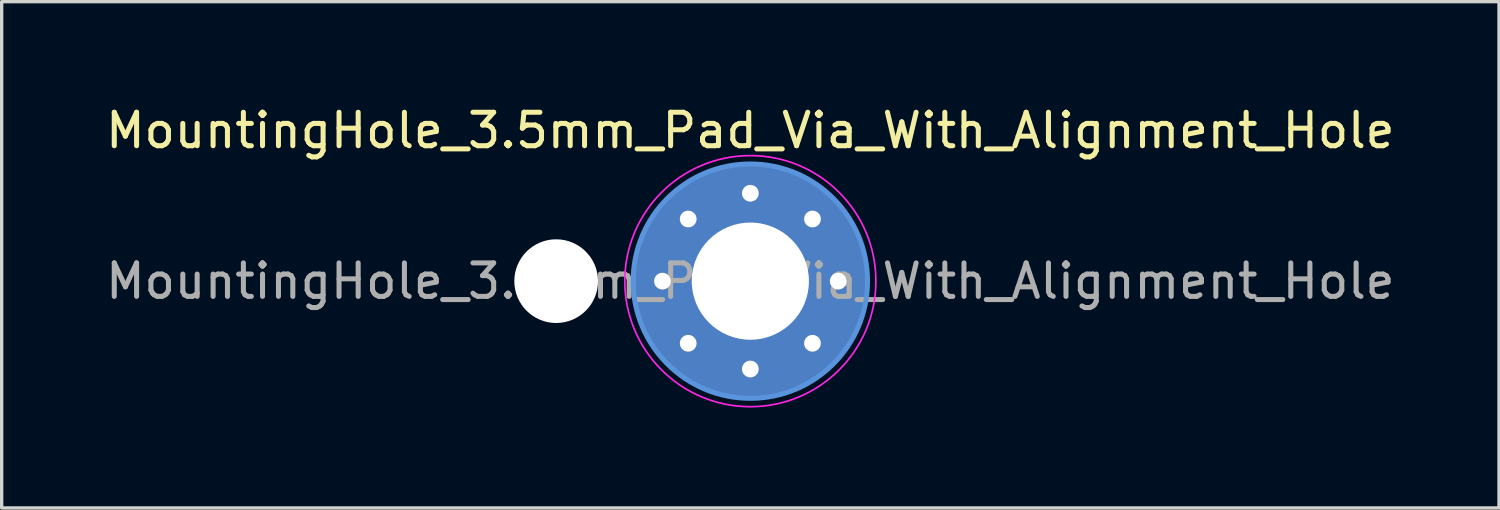
<source format=kicad_pcb>
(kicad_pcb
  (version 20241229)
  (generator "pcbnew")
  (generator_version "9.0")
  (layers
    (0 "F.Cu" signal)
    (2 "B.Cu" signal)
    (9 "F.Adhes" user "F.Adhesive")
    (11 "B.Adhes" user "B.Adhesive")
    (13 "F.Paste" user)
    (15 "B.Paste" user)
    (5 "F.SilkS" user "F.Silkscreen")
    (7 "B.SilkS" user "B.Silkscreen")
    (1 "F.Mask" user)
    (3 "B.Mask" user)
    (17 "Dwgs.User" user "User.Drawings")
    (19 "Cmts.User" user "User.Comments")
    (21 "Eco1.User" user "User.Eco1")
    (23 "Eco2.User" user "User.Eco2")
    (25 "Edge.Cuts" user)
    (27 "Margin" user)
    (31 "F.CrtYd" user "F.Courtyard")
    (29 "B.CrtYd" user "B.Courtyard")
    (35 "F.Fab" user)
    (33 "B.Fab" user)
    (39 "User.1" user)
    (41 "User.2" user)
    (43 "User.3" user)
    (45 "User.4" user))
  (footprint "MountingHole_3.5mm_Pad_Via_With_Alignment_Hole"
    (layer "F.Cu")
    (at 19.363 5.348)
    (property "Reference" "MountingHole_3.5mm_Pad_Via_With_Alignment_Hole" (at 0 -4.5 0) (layer "F.SilkS") (effects (font (size 1 1) (thickness 0.15))))
    (attr exclude_from_pos_files exclude_from_bom)
    (fp_circle (center 0 0) (end 3.5 0) (stroke (width 0.15) (type solid)) (fill no) (layer "Cmts.User"))
    (fp_circle (center 0 0) (end 3.75 0) (stroke (width 0.05) (type solid)) (fill no) (layer "F.CrtYd"))
    (fp_text user "${REFERENCE}" (at 0 0 0) (layer "F.Fab") (effects (font (size 1 1) (thickness 0.15))))
    (pad "" np_thru_hole circle (at -5.8 0) (size 2.5 2.5) (drill 2.5) (layers "*.Cu" "*.Mask"))
    (pad "1" thru_hole circle (at -2.625 0) (size 0.8 0.8) (drill 0.5) (layers "*.Cu" "*.Mask"))
    (pad "1" thru_hole circle (at -1.856 -1.856) (size 0.8 0.8) (drill 0.5) (layers "*.Cu" "*.Mask"))
    (pad "1" thru_hole circle (at -1.856 1.856) (size 0.8 0.8) (drill 0.5) (layers "*.Cu" "*.Mask"))
    (pad "1" thru_hole circle (at 0 -2.625) (size 0.8 0.8) (drill 0.5) (layers "*.Cu" "*.Mask"))
    (pad "1" thru_hole circle (at 0 0) (size 7 7) (drill 3.5) (layers "*.Cu" "*.Mask"))
    (pad "1" thru_hole circle (at 0 2.625) (size 0.8 0.8) (drill 0.5) (layers "*.Cu" "*.Mask"))
    (pad "1" thru_hole circle (at 1.856 -1.856) (size 0.8 0.8) (drill 0.5) (layers "*.Cu" "*.Mask"))
    (pad "1" thru_hole circle (at 1.856 1.856) (size 0.8 0.8) (drill 0.5) (layers "*.Cu" "*.Mask"))
    (pad "1" thru_hole circle (at 2.625 0) (size 0.8 0.8) (drill 0.5) (layers "*.Cu" "*.Mask")))
  (gr_rect
    (start -3 -3)
    (end 41.726 12.123)
    (stroke (width 0.1) (type default))
    (fill no)
    (layer "Edge.Cuts")))
</source>
